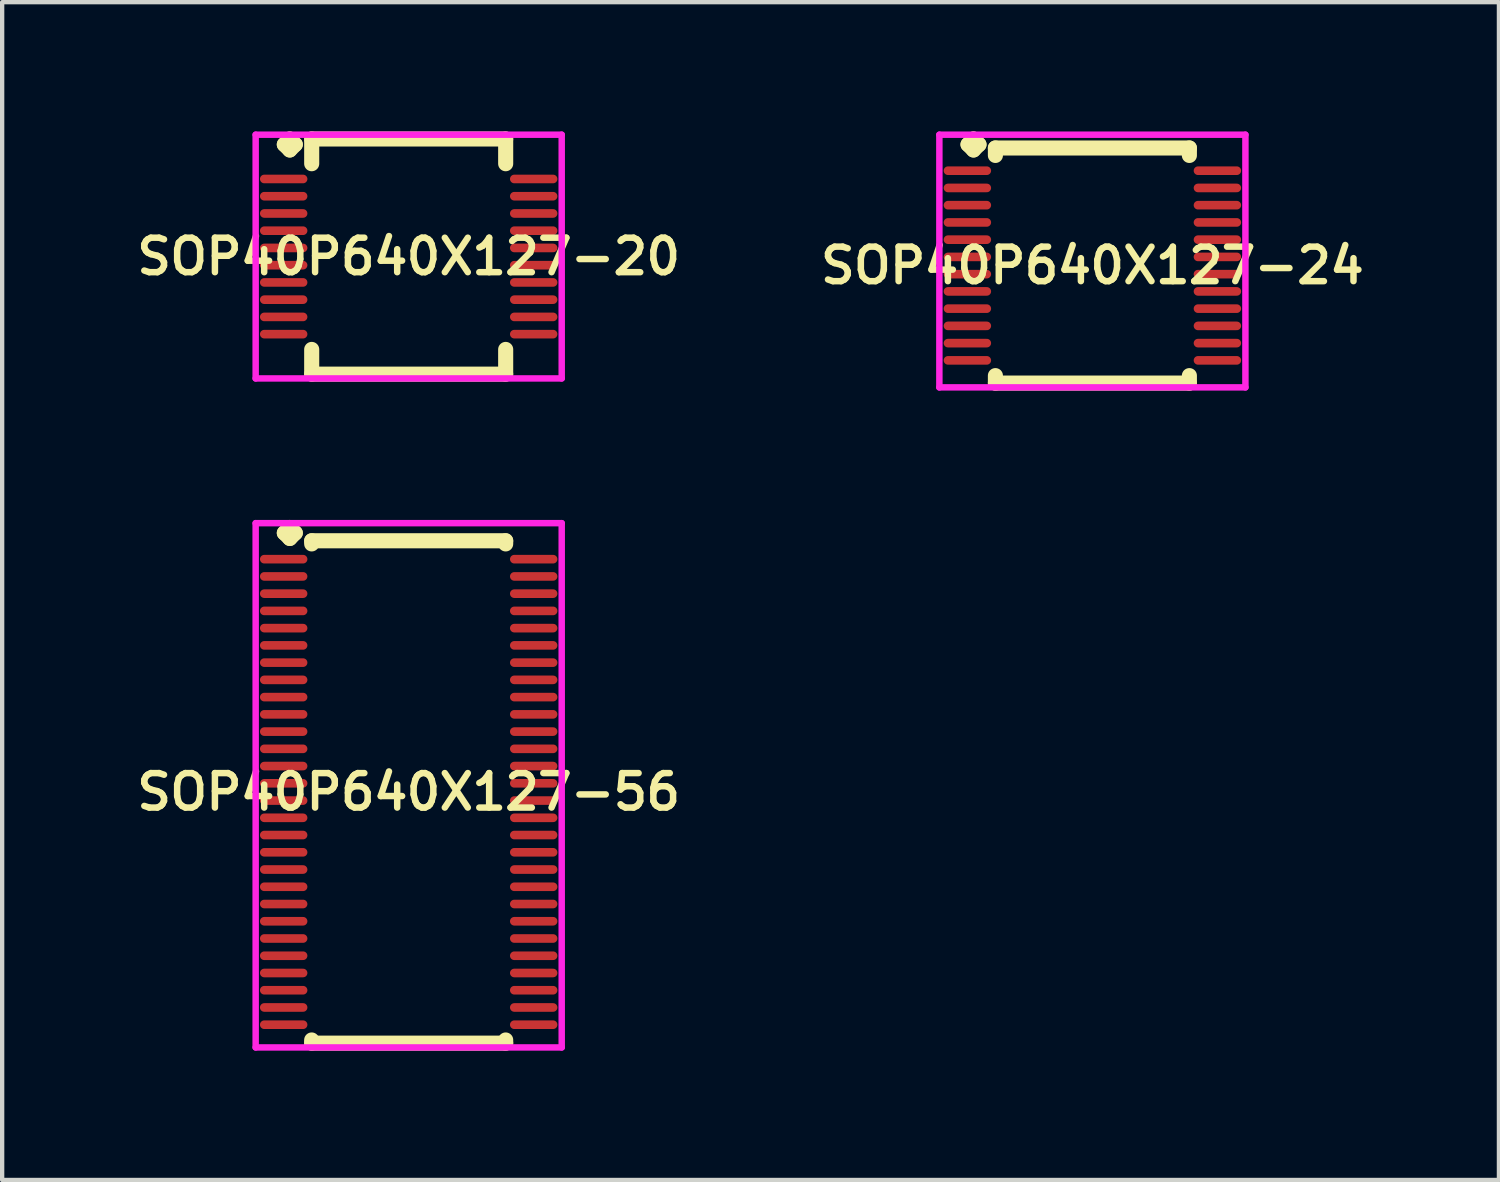
<source format=kicad_pcb>
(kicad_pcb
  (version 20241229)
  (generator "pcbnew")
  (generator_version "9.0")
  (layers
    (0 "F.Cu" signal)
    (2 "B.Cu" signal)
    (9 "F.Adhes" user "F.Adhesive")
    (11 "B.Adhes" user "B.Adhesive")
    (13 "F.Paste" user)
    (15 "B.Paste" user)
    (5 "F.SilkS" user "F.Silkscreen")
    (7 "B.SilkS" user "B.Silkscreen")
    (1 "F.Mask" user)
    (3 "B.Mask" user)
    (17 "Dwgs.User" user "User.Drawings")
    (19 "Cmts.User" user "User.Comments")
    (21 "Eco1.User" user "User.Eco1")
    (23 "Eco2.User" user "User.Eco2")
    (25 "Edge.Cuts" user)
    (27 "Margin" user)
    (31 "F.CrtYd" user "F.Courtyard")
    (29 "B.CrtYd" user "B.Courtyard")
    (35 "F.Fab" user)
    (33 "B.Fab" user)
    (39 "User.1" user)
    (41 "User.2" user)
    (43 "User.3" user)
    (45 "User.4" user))
  (footprint "SOP40P640X127-24"
    (layer "F.Cu")
    (at 22.292 3.11)
    (property "Reference" "SOP40P640X127-24" (at 0 0 0) (layer "F.SilkS") (effects (font (size 0.8 0.8) (thickness 0.15))))
    (attr smd)
    (fp_line (start -2.885 -2.808) (end -2.758 -2.935) (stroke (width 0.35) (type solid)) (layer "F.SilkS"))
    (fp_line (start -2.758 -2.935) (end -2.631 -2.808) (stroke (width 0.35) (type solid)) (layer "F.SilkS"))
    (fp_line (start -2.758 -2.681) (end -2.885 -2.808) (stroke (width 0.35) (type solid)) (layer "F.SilkS"))
    (fp_line (start -2.631 -2.808) (end -2.758 -2.681) (stroke (width 0.35) (type solid)) (layer "F.SilkS"))
    (fp_line (start -2.25 -2.727) (end 2.25 -2.727) (stroke (width 0.35) (type solid)) (layer "F.SilkS"))
    (fp_line (start -2.25 -2.554) (end -2.25 -2.727) (stroke (width 0.35) (type solid)) (layer "F.SilkS"))
    (fp_line (start -2.25 2.554) (end -2.25 2.727) (stroke (width 0.35) (type solid)) (layer "F.SilkS"))
    (fp_line (start -2.25 2.727) (end 2.25 2.727) (stroke (width 0.35) (type solid)) (layer "F.SilkS"))
    (fp_line (start 2.25 -2.727) (end 2.25 -2.554) (stroke (width 0.35) (type solid)) (layer "F.SilkS"))
    (fp_line (start 2.25 2.727) (end 2.25 2.554) (stroke (width 0.35) (type solid)) (layer "F.SilkS"))
    (fp_line (start -3.55 -3.035) (end 3.55 -3.035) (stroke (width 0.15) (type solid)) (layer "F.CrtYd"))
    (fp_line (start -3.55 2.827) (end -3.55 -3.035) (stroke (width 0.15) (type solid)) (layer "F.CrtYd"))
    (fp_line (start 3.55 -3.035) (end 3.55 2.827) (stroke (width 0.15) (type solid)) (layer "F.CrtYd"))
    (fp_line (start 3.55 2.827) (end -3.55 2.827) (stroke (width 0.15) (type solid)) (layer "F.CrtYd"))
    (pad "1" smd oval (at -2.9 -2.2) (size 1.1 0.2) (layers "F.Cu" "F.Mask" "F.Paste"))
    (pad "2" smd oval (at -2.9 -1.8) (size 1.1 0.2) (layers "F.Cu" "F.Mask" "F.Paste"))
    (pad "3" smd oval (at -2.9 -1.4) (size 1.1 0.2) (layers "F.Cu" "F.Mask" "F.Paste"))
    (pad "4" smd oval (at -2.9 -1) (size 1.1 0.2) (layers "F.Cu" "F.Mask" "F.Paste"))
    (pad "5" smd oval (at -2.9 -0.6) (size 1.1 0.2) (layers "F.Cu" "F.Mask" "F.Paste"))
    (pad "6" smd oval (at -2.9 -0.2) (size 1.1 0.2) (layers "F.Cu" "F.Mask" "F.Paste"))
    (pad "7" smd oval (at -2.9 0.2) (size 1.1 0.2) (layers "F.Cu" "F.Mask" "F.Paste"))
    (pad "8" smd oval (at -2.9 0.6) (size 1.1 0.2) (layers "F.Cu" "F.Mask" "F.Paste"))
    (pad "9" smd oval (at -2.9 1) (size 1.1 0.2) (layers "F.Cu" "F.Mask" "F.Paste"))
    (pad "10" smd oval (at -2.9 1.4) (size 1.1 0.2) (layers "F.Cu" "F.Mask" "F.Paste"))
    (pad "11" smd oval (at -2.9 1.8) (size 1.1 0.2) (layers "F.Cu" "F.Mask" "F.Paste"))
    (pad "12" smd oval (at -2.9 2.2) (size 1.1 0.2) (layers "F.Cu" "F.Mask" "F.Paste"))
    (pad "13" smd oval (at 2.9 2.2) (size 1.1 0.2) (layers "F.Cu" "F.Mask" "F.Paste"))
    (pad "14" smd oval (at 2.9 1.8) (size 1.1 0.2) (layers "F.Cu" "F.Mask" "F.Paste"))
    (pad "15" smd oval (at 2.9 1.4) (size 1.1 0.2) (layers "F.Cu" "F.Mask" "F.Paste"))
    (pad "16" smd oval (at 2.9 1) (size 1.1 0.2) (layers "F.Cu" "F.Mask" "F.Paste"))
    (pad "17" smd oval (at 2.9 0.6) (size 1.1 0.2) (layers "F.Cu" "F.Mask" "F.Paste"))
    (pad "18" smd oval (at 2.9 0.2) (size 1.1 0.2) (layers "F.Cu" "F.Mask" "F.Paste"))
    (pad "19" smd oval (at 2.9 -0.2) (size 1.1 0.2) (layers "F.Cu" "F.Mask" "F.Paste"))
    (pad "20" smd oval (at 2.9 -0.6) (size 1.1 0.2) (layers "F.Cu" "F.Mask" "F.Paste"))
    (pad "21" smd oval (at 2.9 -1) (size 1.1 0.2) (layers "F.Cu" "F.Mask" "F.Paste"))
    (pad "22" smd oval (at 2.9 -1.4) (size 1.1 0.2) (layers "F.Cu" "F.Mask" "F.Paste"))
    (pad "23" smd oval (at 2.9 -1.8) (size 1.1 0.2) (layers "F.Cu" "F.Mask" "F.Paste"))
    (pad "24" smd oval (at 2.9 -2.2) (size 1.1 0.2) (layers "F.Cu" "F.Mask" "F.Paste")))
  (footprint "SOP40P640X127-56"
    (layer "F.Cu")
    (at 6.431 15.322)
    (property "Reference" "SOP40P640X127-56" (at 0 0 0) (layer "F.SilkS") (effects (font (size 0.8 0.8) (thickness 0.15))))
    (attr smd)
    (fp_line (start -2.885 -6.008) (end -2.758 -6.135) (stroke (width 0.35) (type solid)) (layer "F.SilkS"))
    (fp_line (start -2.758 -6.135) (end -2.631 -6.008) (stroke (width 0.35) (type solid)) (layer "F.SilkS"))
    (fp_line (start -2.758 -5.881) (end -2.885 -6.008) (stroke (width 0.35) (type solid)) (layer "F.SilkS"))
    (fp_line (start -2.631 -6.008) (end -2.758 -5.881) (stroke (width 0.35) (type solid)) (layer "F.SilkS"))
    (fp_line (start -2.25 -5.827) (end 2.25 -5.827) (stroke (width 0.35) (type solid)) (layer "F.SilkS"))
    (fp_line (start -2.25 -5.754) (end -2.25 -5.827) (stroke (width 0.35) (type solid)) (layer "F.SilkS"))
    (fp_line (start -2.25 5.754) (end -2.25 5.827) (stroke (width 0.35) (type solid)) (layer "F.SilkS"))
    (fp_line (start -2.25 5.827) (end 2.25 5.827) (stroke (width 0.35) (type solid)) (layer "F.SilkS"))
    (fp_line (start 2.25 -5.827) (end 2.25 -5.754) (stroke (width 0.35) (type solid)) (layer "F.SilkS"))
    (fp_line (start 2.25 5.827) (end 2.25 5.754) (stroke (width 0.35) (type solid)) (layer "F.SilkS"))
    (fp_line (start -3.55 -6.235) (end 3.55 -6.235) (stroke (width 0.15) (type solid)) (layer "F.CrtYd"))
    (fp_line (start -3.55 5.927) (end -3.55 -6.235) (stroke (width 0.15) (type solid)) (layer "F.CrtYd"))
    (fp_line (start 3.55 -6.235) (end 3.55 5.927) (stroke (width 0.15) (type solid)) (layer "F.CrtYd"))
    (fp_line (start 3.55 5.927) (end -3.55 5.927) (stroke (width 0.15) (type solid)) (layer "F.CrtYd"))
    (pad "1" smd oval (at -2.9 -5.4) (size 1.1 0.2) (layers "F.Cu" "F.Mask" "F.Paste"))
    (pad "2" smd oval (at -2.9 -5) (size 1.1 0.2) (layers "F.Cu" "F.Mask" "F.Paste"))
    (pad "3" smd oval (at -2.9 -4.6) (size 1.1 0.2) (layers "F.Cu" "F.Mask" "F.Paste"))
    (pad "4" smd oval (at -2.9 -4.2) (size 1.1 0.2) (layers "F.Cu" "F.Mask" "F.Paste"))
    (pad "5" smd oval (at -2.9 -3.8) (size 1.1 0.2) (layers "F.Cu" "F.Mask" "F.Paste"))
    (pad "6" smd oval (at -2.9 -3.4) (size 1.1 0.2) (layers "F.Cu" "F.Mask" "F.Paste"))
    (pad "7" smd oval (at -2.9 -3) (size 1.1 0.2) (layers "F.Cu" "F.Mask" "F.Paste"))
    (pad "8" smd oval (at -2.9 -2.6) (size 1.1 0.2) (layers "F.Cu" "F.Mask" "F.Paste"))
    (pad "9" smd oval (at -2.9 -2.2) (size 1.1 0.2) (layers "F.Cu" "F.Mask" "F.Paste"))
    (pad "10" smd oval (at -2.9 -1.8) (size 1.1 0.2) (layers "F.Cu" "F.Mask" "F.Paste"))
    (pad "11" smd oval (at -2.9 -1.4) (size 1.1 0.2) (layers "F.Cu" "F.Mask" "F.Paste"))
    (pad "12" smd oval (at -2.9 -1) (size 1.1 0.2) (layers "F.Cu" "F.Mask" "F.Paste"))
    (pad "13" smd oval (at -2.9 -0.6) (size 1.1 0.2) (layers "F.Cu" "F.Mask" "F.Paste"))
    (pad "14" smd oval (at -2.9 -0.2) (size 1.1 0.2) (layers "F.Cu" "F.Mask" "F.Paste"))
    (pad "15" smd oval (at -2.9 0.2) (size 1.1 0.2) (layers "F.Cu" "F.Mask" "F.Paste"))
    (pad "16" smd oval (at -2.9 0.6) (size 1.1 0.2) (layers "F.Cu" "F.Mask" "F.Paste"))
    (pad "17" smd oval (at -2.9 1) (size 1.1 0.2) (layers "F.Cu" "F.Mask" "F.Paste"))
    (pad "18" smd oval (at -2.9 1.4) (size 1.1 0.2) (layers "F.Cu" "F.Mask" "F.Paste"))
    (pad "19" smd oval (at -2.9 1.8) (size 1.1 0.2) (layers "F.Cu" "F.Mask" "F.Paste"))
    (pad "20" smd oval (at -2.9 2.2) (size 1.1 0.2) (layers "F.Cu" "F.Mask" "F.Paste"))
    (pad "21" smd oval (at -2.9 2.6) (size 1.1 0.2) (layers "F.Cu" "F.Mask" "F.Paste"))
    (pad "22" smd oval (at -2.9 3) (size 1.1 0.2) (layers "F.Cu" "F.Mask" "F.Paste"))
    (pad "23" smd oval (at -2.9 3.4) (size 1.1 0.2) (layers "F.Cu" "F.Mask" "F.Paste"))
    (pad "24" smd oval (at -2.9 3.8) (size 1.1 0.2) (layers "F.Cu" "F.Mask" "F.Paste"))
    (pad "25" smd oval (at -2.9 4.2) (size 1.1 0.2) (layers "F.Cu" "F.Mask" "F.Paste"))
    (pad "26" smd oval (at -2.9 4.6) (size 1.1 0.2) (layers "F.Cu" "F.Mask" "F.Paste"))
    (pad "27" smd oval (at -2.9 5) (size 1.1 0.2) (layers "F.Cu" "F.Mask" "F.Paste"))
    (pad "28" smd oval (at -2.9 5.4) (size 1.1 0.2) (layers "F.Cu" "F.Mask" "F.Paste"))
    (pad "29" smd oval (at 2.9 5.4) (size 1.1 0.2) (layers "F.Cu" "F.Mask" "F.Paste"))
    (pad "30" smd oval (at 2.9 5) (size 1.1 0.2) (layers "F.Cu" "F.Mask" "F.Paste"))
    (pad "31" smd oval (at 2.9 4.6) (size 1.1 0.2) (layers "F.Cu" "F.Mask" "F.Paste"))
    (pad "32" smd oval (at 2.9 4.2) (size 1.1 0.2) (layers "F.Cu" "F.Mask" "F.Paste"))
    (pad "33" smd oval (at 2.9 3.8) (size 1.1 0.2) (layers "F.Cu" "F.Mask" "F.Paste"))
    (pad "34" smd oval (at 2.9 3.4) (size 1.1 0.2) (layers "F.Cu" "F.Mask" "F.Paste"))
    (pad "35" smd oval (at 2.9 3) (size 1.1 0.2) (layers "F.Cu" "F.Mask" "F.Paste"))
    (pad "36" smd oval (at 2.9 2.6) (size 1.1 0.2) (layers "F.Cu" "F.Mask" "F.Paste"))
    (pad "37" smd oval (at 2.9 2.2) (size 1.1 0.2) (layers "F.Cu" "F.Mask" "F.Paste"))
    (pad "38" smd oval (at 2.9 1.8) (size 1.1 0.2) (layers "F.Cu" "F.Mask" "F.Paste"))
    (pad "39" smd oval (at 2.9 1.4) (size 1.1 0.2) (layers "F.Cu" "F.Mask" "F.Paste"))
    (pad "40" smd oval (at 2.9 1) (size 1.1 0.2) (layers "F.Cu" "F.Mask" "F.Paste"))
    (pad "41" smd oval (at 2.9 0.6) (size 1.1 0.2) (layers "F.Cu" "F.Mask" "F.Paste"))
    (pad "42" smd oval (at 2.9 0.2) (size 1.1 0.2) (layers "F.Cu" "F.Mask" "F.Paste"))
    (pad "43" smd oval (at 2.9 -0.2) (size 1.1 0.2) (layers "F.Cu" "F.Mask" "F.Paste"))
    (pad "44" smd oval (at 2.9 -0.6) (size 1.1 0.2) (layers "F.Cu" "F.Mask" "F.Paste"))
    (pad "45" smd oval (at 2.9 -1) (size 1.1 0.2) (layers "F.Cu" "F.Mask" "F.Paste"))
    (pad "46" smd oval (at 2.9 -1.4) (size 1.1 0.2) (layers "F.Cu" "F.Mask" "F.Paste"))
    (pad "47" smd oval (at 2.9 -1.8) (size 1.1 0.2) (layers "F.Cu" "F.Mask" "F.Paste"))
    (pad "48" smd oval (at 2.9 -2.2) (size 1.1 0.2) (layers "F.Cu" "F.Mask" "F.Paste"))
    (pad "49" smd oval (at 2.9 -2.6) (size 1.1 0.2) (layers "F.Cu" "F.Mask" "F.Paste"))
    (pad "50" smd oval (at 2.9 -3) (size 1.1 0.2) (layers "F.Cu" "F.Mask" "F.Paste"))
    (pad "51" smd oval (at 2.9 -3.4) (size 1.1 0.2) (layers "F.Cu" "F.Mask" "F.Paste"))
    (pad "52" smd oval (at 2.9 -3.8) (size 1.1 0.2) (layers "F.Cu" "F.Mask" "F.Paste"))
    (pad "53" smd oval (at 2.9 -4.2) (size 1.1 0.2) (layers "F.Cu" "F.Mask" "F.Paste"))
    (pad "54" smd oval (at 2.9 -4.6) (size 1.1 0.2) (layers "F.Cu" "F.Mask" "F.Paste"))
    (pad "55" smd oval (at 2.9 -5) (size 1.1 0.2) (layers "F.Cu" "F.Mask" "F.Paste"))
    (pad "56" smd oval (at 2.9 -5.4) (size 1.1 0.2) (layers "F.Cu" "F.Mask" "F.Paste")))
  (footprint "SOP40P640X127-20"
    (layer "F.Cu")
    (at 6.431 2.902)
    (property "Reference" "SOP40P640X127-20" (at 0 0 0) (layer "F.SilkS") (effects (font (size 0.8 0.8) (thickness 0.15))))
    (attr smd)
    (fp_line (start -2.885 -2.6) (end -2.758 -2.727) (stroke (width 0.35) (type solid)) (layer "F.SilkS"))
    (fp_line (start -2.758 -2.727) (end -2.631 -2.6) (stroke (width 0.35) (type solid)) (layer "F.SilkS"))
    (fp_line (start -2.758 -2.473) (end -2.885 -2.6) (stroke (width 0.35) (type solid)) (layer "F.SilkS"))
    (fp_line (start -2.631 -2.6) (end -2.758 -2.473) (stroke (width 0.35) (type solid)) (layer "F.SilkS"))
    (fp_line (start -2.25 -2.727) (end 2.25 -2.727) (stroke (width 0.35) (type solid)) (layer "F.SilkS"))
    (fp_line (start -2.25 -2.154) (end -2.25 -2.727) (stroke (width 0.35) (type solid)) (layer "F.SilkS"))
    (fp_line (start -2.25 2.154) (end -2.25 2.727) (stroke (width 0.35) (type solid)) (layer "F.SilkS"))
    (fp_line (start -2.25 2.727) (end 2.25 2.727) (stroke (width 0.35) (type solid)) (layer "F.SilkS"))
    (fp_line (start 2.25 -2.727) (end 2.25 -2.154) (stroke (width 0.35) (type solid)) (layer "F.SilkS"))
    (fp_line (start 2.25 2.727) (end 2.25 2.154) (stroke (width 0.35) (type solid)) (layer "F.SilkS"))
    (fp_line (start -3.55 -2.827) (end 3.55 -2.827) (stroke (width 0.15) (type solid)) (layer "F.CrtYd"))
    (fp_line (start -3.55 2.827) (end -3.55 -2.827) (stroke (width 0.15) (type solid)) (layer "F.CrtYd"))
    (fp_line (start 3.55 -2.827) (end 3.55 2.827) (stroke (width 0.15) (type solid)) (layer "F.CrtYd"))
    (fp_line (start 3.55 2.827) (end -3.55 2.827) (stroke (width 0.15) (type solid)) (layer "F.CrtYd"))
    (pad "1" smd oval (at -2.9 -1.8) (size 1.1 0.2) (layers "F.Cu" "F.Mask" "F.Paste"))
    (pad "2" smd oval (at -2.9 -1.4) (size 1.1 0.2) (layers "F.Cu" "F.Mask" "F.Paste"))
    (pad "3" smd oval (at -2.9 -1) (size 1.1 0.2) (layers "F.Cu" "F.Mask" "F.Paste"))
    (pad "4" smd oval (at -2.9 -0.6) (size 1.1 0.2) (layers "F.Cu" "F.Mask" "F.Paste"))
    (pad "5" smd oval (at -2.9 -0.2) (size 1.1 0.2) (layers "F.Cu" "F.Mask" "F.Paste"))
    (pad "6" smd oval (at -2.9 0.2) (size 1.1 0.2) (layers "F.Cu" "F.Mask" "F.Paste"))
    (pad "7" smd oval (at -2.9 0.6) (size 1.1 0.2) (layers "F.Cu" "F.Mask" "F.Paste"))
    (pad "8" smd oval (at -2.9 1) (size 1.1 0.2) (layers "F.Cu" "F.Mask" "F.Paste"))
    (pad "9" smd oval (at -2.9 1.4) (size 1.1 0.2) (layers "F.Cu" "F.Mask" "F.Paste"))
    (pad "10" smd oval (at -2.9 1.8) (size 1.1 0.2) (layers "F.Cu" "F.Mask" "F.Paste"))
    (pad "11" smd oval (at 2.9 1.8) (size 1.1 0.2) (layers "F.Cu" "F.Mask" "F.Paste"))
    (pad "12" smd oval (at 2.9 1.4) (size 1.1 0.2) (layers "F.Cu" "F.Mask" "F.Paste"))
    (pad "13" smd oval (at 2.9 1) (size 1.1 0.2) (layers "F.Cu" "F.Mask" "F.Paste"))
    (pad "14" smd oval (at 2.9 0.6) (size 1.1 0.2) (layers "F.Cu" "F.Mask" "F.Paste"))
    (pad "15" smd oval (at 2.9 0.2) (size 1.1 0.2) (layers "F.Cu" "F.Mask" "F.Paste"))
    (pad "16" smd oval (at 2.9 -0.2) (size 1.1 0.2) (layers "F.Cu" "F.Mask" "F.Paste"))
    (pad "17" smd oval (at 2.9 -0.6) (size 1.1 0.2) (layers "F.Cu" "F.Mask" "F.Paste"))
    (pad "18" smd oval (at 2.9 -1) (size 1.1 0.2) (layers "F.Cu" "F.Mask" "F.Paste"))
    (pad "19" smd oval (at 2.9 -1.4) (size 1.1 0.2) (layers "F.Cu" "F.Mask" "F.Paste"))
    (pad "20" smd oval (at 2.9 -1.8) (size 1.1 0.2) (layers "F.Cu" "F.Mask" "F.Paste")))
  (gr_rect
    (start -3 -3)
    (end 31.723 24.324)
    (stroke (width 0.1) (type default))
    (fill no)
    (layer "Edge.Cuts")))
</source>
